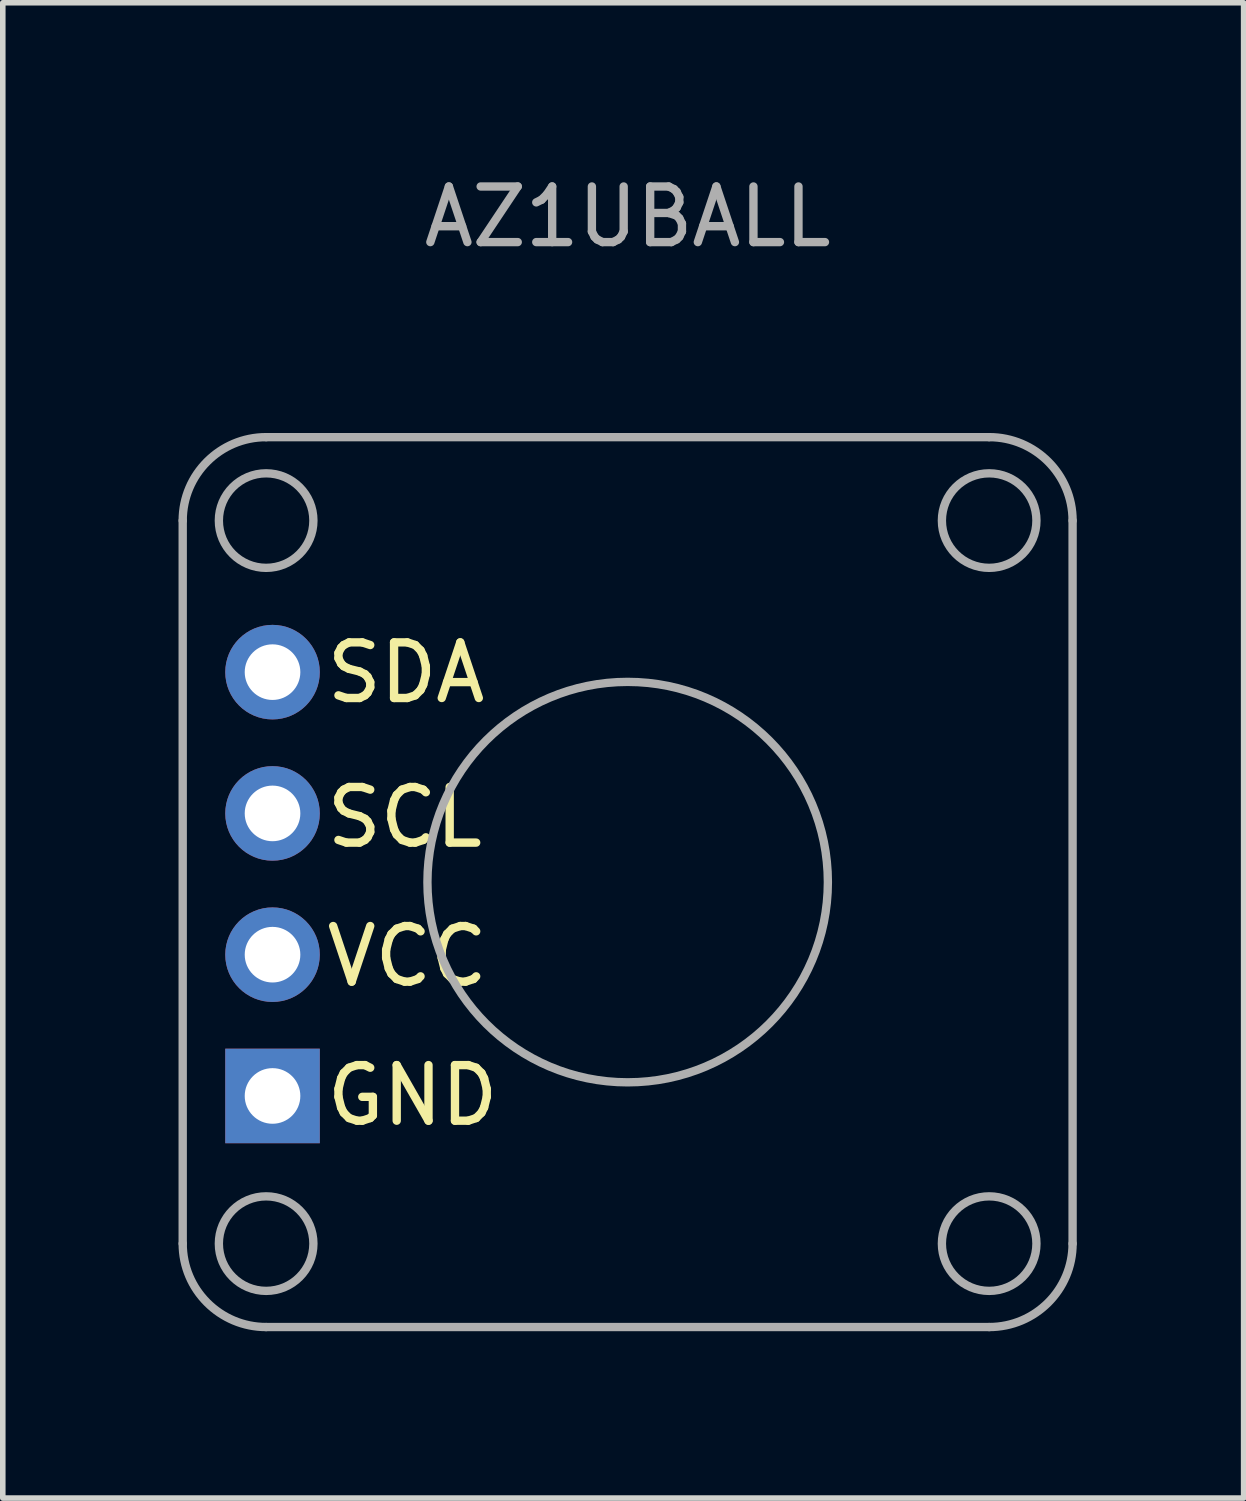
<source format=kicad_pcb>
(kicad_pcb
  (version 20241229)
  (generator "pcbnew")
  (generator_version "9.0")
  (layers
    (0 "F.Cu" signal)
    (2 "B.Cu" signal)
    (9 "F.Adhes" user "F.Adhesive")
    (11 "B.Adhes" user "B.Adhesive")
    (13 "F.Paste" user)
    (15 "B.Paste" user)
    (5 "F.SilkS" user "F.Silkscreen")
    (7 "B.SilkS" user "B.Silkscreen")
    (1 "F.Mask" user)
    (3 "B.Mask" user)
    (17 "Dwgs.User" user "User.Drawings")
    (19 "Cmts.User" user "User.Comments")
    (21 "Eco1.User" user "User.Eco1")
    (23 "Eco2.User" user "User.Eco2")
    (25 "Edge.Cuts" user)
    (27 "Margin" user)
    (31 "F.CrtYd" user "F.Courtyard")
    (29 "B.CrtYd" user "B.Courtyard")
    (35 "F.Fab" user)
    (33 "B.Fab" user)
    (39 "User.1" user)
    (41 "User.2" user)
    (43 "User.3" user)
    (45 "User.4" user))
  (footprint "AZ1UBALL"
    (layer "F.Cu")
    (at 0.25 6.855)
    (property "Reference" "AZ1UBALL" (at 7.985 -6.007 0) (unlocked yes) (layer "F.Fab") (effects (font (size 1 1) (thickness 0.15))))
    (attr through_hole)
    (fp_line (start -0.015 -0.545) (end -0.015 12.455) (stroke (width 0.15) (type solid)) (layer "F.Fab"))
    (fp_line (start 1.485 13.955) (end 14.485 13.955) (stroke (width 0.15) (type solid)) (layer "F.Fab"))
    (fp_line (start 14.485 -2.045) (end 1.485 -2.045) (stroke (width 0.15) (type solid)) (layer "F.Fab"))
    (fp_line (start 15.985 12.455) (end 15.985 -0.545) (stroke (width 0.15) (type solid)) (layer "F.Fab"))
    (fp_arc (start -0.015 -0.545) (mid 0.424333 -1.605667) (end 1.485 -2.045) (stroke (width 0.15) (type solid)) (layer "F.Fab"))
    (fp_arc (start 1.485 13.955) (mid 0.42434 13.51566) (end -0.015 12.455) (stroke (width 0.15) (type solid)) (layer "F.Fab"))
    (fp_arc (start 14.485 -2.045) (mid 15.54568 -1.605671) (end 15.985 -0.545) (stroke (width 0.15) (type solid)) (layer "F.Fab"))
    (fp_arc (start 15.985 12.455) (mid 15.545651 13.515651) (end 14.485 13.955) (stroke (width 0.15) (type solid)) (layer "F.Fab"))
    (fp_circle (center 1.485 -0.545) (end 1.485 0.305) (stroke (width 0.15) (type solid)) (fill no) (layer "F.Fab"))
    (fp_circle (center 1.485 12.455) (end 1.485 13.305) (stroke (width 0.15) (type solid)) (fill no) (layer "F.Fab"))
    (fp_circle (center 7.985 5.955) (end 7.985 9.555) (stroke (width 0.15) (type solid)) (fill no) (layer "F.Fab"))
    (fp_circle (center 14.485 -0.545) (end 14.485 0.305) (stroke (width 0.15) (type solid)) (fill no) (layer "F.Fab"))
    (fp_circle (center 14.485 12.455) (end 14.485 13.305) (stroke (width 0.15) (type solid)) (fill no) (layer "F.Fab"))
    (fp_text user "VCC" (at 2.496 7.29 0) (layer "F.SilkS") (effects (font (size 1 1) (thickness 0.15)) (justify left)))
    (fp_text user "SDA" (at 2.496 2.19 0) (layer "F.SilkS") (effects (font (size 1 1) (thickness 0.15)) (justify left)))
    (fp_text user "GND" (at 2.496 9.79 0) (layer "F.SilkS") (effects (font (size 1 1) (thickness 0.15)) (justify left)))
    (fp_text user "SCL" (at 2.496 4.79 0) (layer "F.SilkS") (effects (font (size 1 1) (thickness 0.15)) (justify left)))
    (pad "1" thru_hole rect (at 1.6 9.8) (size 1.7 1.7) (drill 1) (layers "*.Cu" "*.Mask"))
    (pad "2" thru_hole circle (at 1.6 7.26) (size 1.7 1.7) (drill 1) (layers "*.Cu" "*.Mask"))
    (pad "3" thru_hole circle (at 1.6 4.72) (size 1.7 1.7) (drill 1) (layers "*.Cu" "*.Mask"))
    (pad "4" thru_hole circle (at 1.6 2.18) (size 1.7 1.7) (drill 1) (layers "*.Cu" "*.Mask")))
  (gr_rect
    (start -3 -3)
    (end 19.31 23.885)
    (stroke (width 0.1) (type default))
    (fill no)
    (layer "Edge.Cuts")))
</source>
